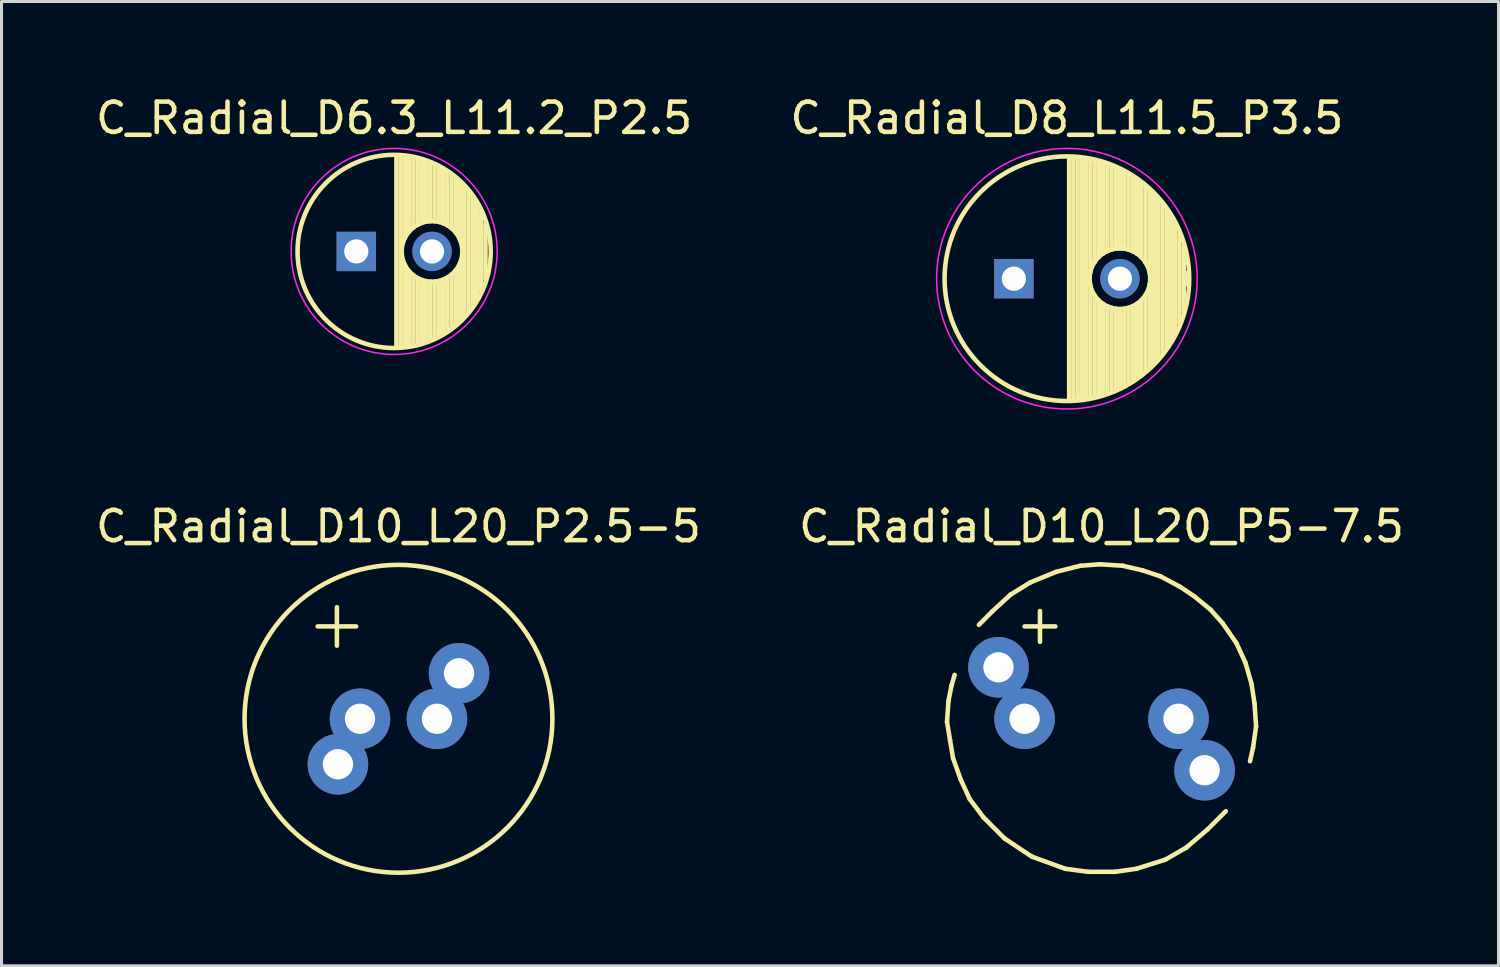
<source format=kicad_pcb>
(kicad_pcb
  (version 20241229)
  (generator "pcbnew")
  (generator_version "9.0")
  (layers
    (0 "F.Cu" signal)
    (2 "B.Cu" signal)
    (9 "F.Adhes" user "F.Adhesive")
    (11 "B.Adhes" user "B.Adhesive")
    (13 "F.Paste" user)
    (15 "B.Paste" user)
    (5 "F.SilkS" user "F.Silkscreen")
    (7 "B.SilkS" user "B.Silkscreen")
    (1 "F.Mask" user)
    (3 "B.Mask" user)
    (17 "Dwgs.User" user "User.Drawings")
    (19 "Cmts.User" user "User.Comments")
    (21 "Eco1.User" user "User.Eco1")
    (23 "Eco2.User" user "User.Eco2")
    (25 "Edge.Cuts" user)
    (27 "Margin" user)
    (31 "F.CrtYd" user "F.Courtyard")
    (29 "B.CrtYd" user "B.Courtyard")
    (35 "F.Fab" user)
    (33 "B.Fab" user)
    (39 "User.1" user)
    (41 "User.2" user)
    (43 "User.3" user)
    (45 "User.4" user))
  (footprint "C_Radial_D8_L11.5_P3.5"
    (layer "F.Cu")
    (at 30.411 6.148)
    (property "Reference" "C_Radial_D8_L11.5_P3.5" (at 1.75 -5.3 0) (layer "F.SilkS") (effects (font (size 1 1) (thickness 0.15))))
    (attr through_hole)
    (fp_line (start 1.825 -3.999) (end 1.825 3.999) (stroke (width 0.15) (type solid)) (layer "F.SilkS"))
    (fp_line (start 1.965 -3.994) (end 1.965 3.994) (stroke (width 0.15) (type solid)) (layer "F.SilkS"))
    (fp_line (start 2.105 -3.984) (end 2.105 3.984) (stroke (width 0.15) (type solid)) (layer "F.SilkS"))
    (fp_line (start 2.245 -3.969) (end 2.245 3.969) (stroke (width 0.15) (type solid)) (layer "F.SilkS"))
    (fp_line (start 2.385 -3.949) (end 2.385 3.949) (stroke (width 0.15) (type solid)) (layer "F.SilkS"))
    (fp_line (start 2.525 -3.924) (end 2.525 -0.222) (stroke (width 0.15) (type solid)) (layer "F.SilkS"))
    (fp_line (start 2.525 0.222) (end 2.525 3.924) (stroke (width 0.15) (type solid)) (layer "F.SilkS"))
    (fp_line (start 2.665 -3.894) (end 2.665 -0.55) (stroke (width 0.15) (type solid)) (layer "F.SilkS"))
    (fp_line (start 2.665 0.55) (end 2.665 3.894) (stroke (width 0.15) (type solid)) (layer "F.SilkS"))
    (fp_line (start 2.805 -3.858) (end 2.805 -0.719) (stroke (width 0.15) (type solid)) (layer "F.SilkS"))
    (fp_line (start 2.805 0.719) (end 2.805 3.858) (stroke (width 0.15) (type solid)) (layer "F.SilkS"))
    (fp_line (start 2.945 -3.817) (end 2.945 -0.832) (stroke (width 0.15) (type solid)) (layer "F.SilkS"))
    (fp_line (start 2.945 0.832) (end 2.945 3.817) (stroke (width 0.15) (type solid)) (layer "F.SilkS"))
    (fp_line (start 3.085 -3.771) (end 3.085 -0.91) (stroke (width 0.15) (type solid)) (layer "F.SilkS"))
    (fp_line (start 3.085 0.91) (end 3.085 3.771) (stroke (width 0.15) (type solid)) (layer "F.SilkS"))
    (fp_line (start 3.225 -3.718) (end 3.225 -0.961) (stroke (width 0.15) (type solid)) (layer "F.SilkS"))
    (fp_line (start 3.225 0.961) (end 3.225 3.718) (stroke (width 0.15) (type solid)) (layer "F.SilkS"))
    (fp_line (start 3.365 -3.659) (end 3.365 -0.991) (stroke (width 0.15) (type solid)) (layer "F.SilkS"))
    (fp_line (start 3.365 0.991) (end 3.365 3.659) (stroke (width 0.15) (type solid)) (layer "F.SilkS"))
    (fp_line (start 3.505 -3.594) (end 3.505 -1) (stroke (width 0.15) (type solid)) (layer "F.SilkS"))
    (fp_line (start 3.505 1) (end 3.505 3.594) (stroke (width 0.15) (type solid)) (layer "F.SilkS"))
    (fp_line (start 3.645 -3.523) (end 3.645 -0.989) (stroke (width 0.15) (type solid)) (layer "F.SilkS"))
    (fp_line (start 3.645 0.989) (end 3.645 3.523) (stroke (width 0.15) (type solid)) (layer "F.SilkS"))
    (fp_line (start 3.785 -3.444) (end 3.785 -0.959) (stroke (width 0.15) (type solid)) (layer "F.SilkS"))
    (fp_line (start 3.785 0.959) (end 3.785 3.444) (stroke (width 0.15) (type solid)) (layer "F.SilkS"))
    (fp_line (start 3.925 -3.357) (end 3.925 -0.905) (stroke (width 0.15) (type solid)) (layer "F.SilkS"))
    (fp_line (start 3.925 0.905) (end 3.925 3.357) (stroke (width 0.15) (type solid)) (layer "F.SilkS"))
    (fp_line (start 4.065 -3.262) (end 4.065 -0.825) (stroke (width 0.15) (type solid)) (layer "F.SilkS"))
    (fp_line (start 4.065 0.825) (end 4.065 3.262) (stroke (width 0.15) (type solid)) (layer "F.SilkS"))
    (fp_line (start 4.205 -3.158) (end 4.205 -0.709) (stroke (width 0.15) (type solid)) (layer "F.SilkS"))
    (fp_line (start 4.205 0.709) (end 4.205 3.158) (stroke (width 0.15) (type solid)) (layer "F.SilkS"))
    (fp_line (start 4.345 -3.044) (end 4.345 -0.535) (stroke (width 0.15) (type solid)) (layer "F.SilkS"))
    (fp_line (start 4.345 0.535) (end 4.345 3.044) (stroke (width 0.15) (type solid)) (layer "F.SilkS"))
    (fp_line (start 4.485 -2.919) (end 4.485 -0.173) (stroke (width 0.15) (type solid)) (layer "F.SilkS"))
    (fp_line (start 4.485 0.173) (end 4.485 2.919) (stroke (width 0.15) (type solid)) (layer "F.SilkS"))
    (fp_line (start 4.625 -2.781) (end 4.625 2.781) (stroke (width 0.15) (type solid)) (layer "F.SilkS"))
    (fp_line (start 4.765 -2.629) (end 4.765 2.629) (stroke (width 0.15) (type solid)) (layer "F.SilkS"))
    (fp_line (start 4.905 -2.459) (end 4.905 2.459) (stroke (width 0.15) (type solid)) (layer "F.SilkS"))
    (fp_line (start 5.045 -2.268) (end 5.045 2.268) (stroke (width 0.15) (type solid)) (layer "F.SilkS"))
    (fp_line (start 5.185 -2.05) (end 5.185 2.05) (stroke (width 0.15) (type solid)) (layer "F.SilkS"))
    (fp_line (start 5.325 -1.794) (end 5.325 1.794) (stroke (width 0.15) (type solid)) (layer "F.SilkS"))
    (fp_line (start 5.465 -1.483) (end 5.465 1.483) (stroke (width 0.15) (type solid)) (layer "F.SilkS"))
    (fp_line (start 5.605 -1.067) (end 5.605 1.067) (stroke (width 0.15) (type solid)) (layer "F.SilkS"))
    (fp_line (start 5.745 -0.2) (end 5.745 0.2) (stroke (width 0.15) (type solid)) (layer "F.SilkS"))
    (fp_circle (center 1.75 0) (end 1.75 -4.037) (stroke (width 0.15) (type solid)) (fill no) (layer "F.SilkS"))
    (fp_circle (center 3.5 0) (end 3.5 -1) (stroke (width 0.15) (type solid)) (fill no) (layer "F.SilkS"))
    (fp_circle (center 1.75 0) (end 1.75 -4.3) (stroke (width 0.05) (type solid)) (fill no) (layer "F.CrtYd"))
    (pad "1" thru_hole rect (at 0 0) (size 1.3 1.3) (drill 0.8) (layers "*.Cu" "*.Mask"))
    (pad "2" thru_hole circle (at 3.5 0) (size 1.3 1.3) (drill 0.8) (layers "*.Cu" "*.Mask")))
  (footprint "C_Radial_D10_L20_P5-7.5"
    (layer "F.Cu")
    (at 33.304 20.672)
    (property "Reference" "C_Radial_D10_L20_P5-7.5" (at 0 -6.35 0) (layer "F.SilkS") (effects (font (size 1 1) (thickness 0.15))))
    (attr through_hole)
    (fp_line (start -5.1 0.099) (end -5.001 0.701) (stroke (width 0.15) (type solid)) (layer "F.SilkS"))
    (fp_line (start -5.05 -0.599) (end -5.1 0.099) (stroke (width 0.15) (type solid)) (layer "F.SilkS"))
    (fp_line (start -5.001 0.701) (end -4.9 1.3) (stroke (width 0.15) (type solid)) (layer "F.SilkS"))
    (fp_line (start -4.95 -1.1) (end -5.05 -0.599) (stroke (width 0.15) (type solid)) (layer "F.SilkS"))
    (fp_line (start -4.9 1.3) (end -4.651 1.999) (stroke (width 0.15) (type solid)) (layer "F.SilkS"))
    (fp_line (start -4.849 -1.45) (end -4.95 -1.1) (stroke (width 0.15) (type solid)) (layer "F.SilkS"))
    (fp_line (start -4.651 1.999) (end -4.351 2.649) (stroke (width 0.15) (type solid)) (layer "F.SilkS"))
    (fp_line (start -4.351 2.649) (end -3.899 3.251) (stroke (width 0.15) (type solid)) (layer "F.SilkS"))
    (fp_line (start -3.899 3.251) (end -3.2 3.95) (stroke (width 0.15) (type solid)) (layer "F.SilkS"))
    (fp_line (start -3.599 -3.551) (end -4.049 -3.099) (stroke (width 0.15) (type solid)) (layer "F.SilkS"))
    (fp_line (start -3.2 3.95) (end -2.301 4.549) (stroke (width 0.15) (type solid)) (layer "F.SilkS"))
    (fp_line (start -3 -4.1) (end -3.599 -3.551) (stroke (width 0.15) (type solid)) (layer "F.SilkS"))
    (fp_line (start -2.54 -3.048) (end -1.524 -3.048) (stroke (width 0.15) (type solid)) (layer "F.SilkS"))
    (fp_line (start -2.349 -4.501) (end -3 -4.1) (stroke (width 0.15) (type solid)) (layer "F.SilkS"))
    (fp_line (start -2.301 4.549) (end -1.199 4.95) (stroke (width 0.15) (type solid)) (layer "F.SilkS"))
    (fp_line (start -2.032 -3.556) (end -2.032 -2.54) (stroke (width 0.15) (type solid)) (layer "F.SilkS"))
    (fp_line (start -1.501 -4.849) (end -2.349 -4.501) (stroke (width 0.15) (type solid)) (layer "F.SilkS"))
    (fp_line (start -1.199 4.95) (end -0.45 5.05) (stroke (width 0.15) (type solid)) (layer "F.SilkS"))
    (fp_line (start -0.701 -5.05) (end -1.501 -4.849) (stroke (width 0.15) (type solid)) (layer "F.SilkS"))
    (fp_line (start -0.45 5.05) (end 0.45 5.05) (stroke (width 0.15) (type solid)) (layer "F.SilkS"))
    (fp_line (start -0.051 -5.1) (end -0.701 -5.05) (stroke (width 0.15) (type solid)) (layer "F.SilkS"))
    (fp_line (start 0.45 5.05) (end 1.151 4.95) (stroke (width 0.15) (type solid)) (layer "F.SilkS"))
    (fp_line (start 0.701 -5.05) (end -0.051 -5.1) (stroke (width 0.15) (type solid)) (layer "F.SilkS"))
    (fp_line (start 1.151 4.95) (end 2.101 4.651) (stroke (width 0.15) (type solid)) (layer "F.SilkS"))
    (fp_line (start 1.349 -4.9) (end 0.701 -5.05) (stroke (width 0.15) (type solid)) (layer "F.SilkS"))
    (fp_line (start 1.951 -4.699) (end 1.349 -4.9) (stroke (width 0.15) (type solid)) (layer "F.SilkS"))
    (fp_line (start 2.101 4.651) (end 2.799 4.249) (stroke (width 0.15) (type solid)) (layer "F.SilkS"))
    (fp_line (start 2.601 -4.351) (end 1.951 -4.699) (stroke (width 0.15) (type solid)) (layer "F.SilkS"))
    (fp_line (start 2.799 4.249) (end 3.5 3.65) (stroke (width 0.15) (type solid)) (layer "F.SilkS"))
    (fp_line (start 3.051 -4.049) (end 2.601 -4.351) (stroke (width 0.15) (type solid)) (layer "F.SilkS"))
    (fp_line (start 3.5 3.65) (end 4.1 3.051) (stroke (width 0.15) (type solid)) (layer "F.SilkS"))
    (fp_line (start 3.599 -3.599) (end 3.051 -4.049) (stroke (width 0.15) (type solid)) (layer "F.SilkS"))
    (fp_line (start 4 -3.15) (end 3.599 -3.599) (stroke (width 0.15) (type solid)) (layer "F.SilkS"))
    (fp_line (start 4.45 -2.499) (end 4 -3.15) (stroke (width 0.15) (type solid)) (layer "F.SilkS"))
    (fp_line (start 4.75 -1.849) (end 4.45 -2.499) (stroke (width 0.15) (type solid)) (layer "F.SilkS"))
    (fp_line (start 4.9 1.4) (end 5.001 0.95) (stroke (width 0.15) (type solid)) (layer "F.SilkS"))
    (fp_line (start 4.95 -1.151) (end 4.75 -1.849) (stroke (width 0.15) (type solid)) (layer "F.SilkS"))
    (fp_line (start 5.001 0.95) (end 5.1 0.249) (stroke (width 0.15) (type solid)) (layer "F.SilkS"))
    (fp_line (start 5.05 -0.5) (end 4.95 -1.151) (stroke (width 0.15) (type solid)) (layer "F.SilkS"))
    (fp_line (start 5.1 0.249) (end 5.05 -0.5) (stroke (width 0.15) (type solid)) (layer "F.SilkS"))
    (pad "1" thru_hole circle (at -3.401 -1.699) (size 1.999 1.999) (drill 1.001) (layers "*.Cu" "*.Mask"))
    (pad "1" thru_hole circle (at -2.54 0) (size 1.999 1.999) (drill 1.001) (layers "*.Cu" "*.Mask"))
    (pad "2" thru_hole circle (at 2.54 0) (size 1.999 1.999) (drill 1.001) (layers "*.Cu" "*.Mask"))
    (pad "2" thru_hole circle (at 3.401 1.699) (size 1.999 1.999) (drill 1.001) (layers "*.Cu" "*.Mask")))
  (footprint "C_Radial_D10_L20_P2.5-5"
    (layer "F.Cu")
    (at 10.101 20.672)
    (property "Reference" "C_Radial_D10_L20_P2.5-5" (at 0 -6.35 0) (layer "F.SilkS") (effects (font (size 1 1) (thickness 0.15))))
    (attr through_hole)
    (fp_line (start -2.667 -3.048) (end -1.397 -3.048) (stroke (width 0.15) (type solid)) (layer "F.SilkS"))
    (fp_line (start -2.032 -3.683) (end -2.032 -2.413) (stroke (width 0.15) (type solid)) (layer "F.SilkS"))
    (fp_circle (center 0 0) (end 5.08 0) (stroke (width 0.15) (type solid)) (fill no) (layer "F.SilkS"))
    (pad "1" thru_hole circle (at -1.999 1.501) (size 1.999 1.999) (drill 1.001) (layers "*.Cu" "*.Mask"))
    (pad "1" thru_hole circle (at -1.27 0) (size 1.999 1.999) (drill 1.001) (layers "*.Cu" "*.Mask"))
    (pad "2" thru_hole circle (at 1.27 0) (size 1.999 1.999) (drill 1.001) (layers "*.Cu" "*.Mask"))
    (pad "2" thru_hole circle (at 1.999 -1.501) (size 1.999 1.999) (drill 1.001) (layers "*.Cu" "*.Mask")))
  (footprint "C_Radial_D6.3_L11.2_P2.5"
    (layer "F.Cu")
    (at 8.708 5.248)
    (property "Reference" "C_Radial_D6.3_L11.2_P2.5" (at 1.25 -4.4 0) (layer "F.SilkS") (effects (font (size 1 1) (thickness 0.15))))
    (attr through_hole)
    (fp_line (start 1.325 -3.149) (end 1.325 3.149) (stroke (width 0.15) (type solid)) (layer "F.SilkS"))
    (fp_line (start 1.465 -3.143) (end 1.465 3.143) (stroke (width 0.15) (type solid)) (layer "F.SilkS"))
    (fp_line (start 1.605 -3.13) (end 1.605 -0.446) (stroke (width 0.15) (type solid)) (layer "F.SilkS"))
    (fp_line (start 1.605 0.446) (end 1.605 3.13) (stroke (width 0.15) (type solid)) (layer "F.SilkS"))
    (fp_line (start 1.745 -3.111) (end 1.745 -0.656) (stroke (width 0.15) (type solid)) (layer "F.SilkS"))
    (fp_line (start 1.745 0.656) (end 1.745 3.111) (stroke (width 0.15) (type solid)) (layer "F.SilkS"))
    (fp_line (start 1.885 -3.085) (end 1.885 -0.789) (stroke (width 0.15) (type solid)) (layer "F.SilkS"))
    (fp_line (start 1.885 0.789) (end 1.885 3.085) (stroke (width 0.15) (type solid)) (layer "F.SilkS"))
    (fp_line (start 2.025 -3.053) (end 2.025 -0.88) (stroke (width 0.15) (type solid)) (layer "F.SilkS"))
    (fp_line (start 2.025 0.88) (end 2.025 3.053) (stroke (width 0.15) (type solid)) (layer "F.SilkS"))
    (fp_line (start 2.165 -3.014) (end 2.165 -0.942) (stroke (width 0.15) (type solid)) (layer "F.SilkS"))
    (fp_line (start 2.165 0.942) (end 2.165 3.014) (stroke (width 0.15) (type solid)) (layer "F.SilkS"))
    (fp_line (start 2.305 -2.968) (end 2.305 -0.981) (stroke (width 0.15) (type solid)) (layer "F.SilkS"))
    (fp_line (start 2.305 0.981) (end 2.305 2.968) (stroke (width 0.15) (type solid)) (layer "F.SilkS"))
    (fp_line (start 2.445 -2.915) (end 2.445 -0.998) (stroke (width 0.15) (type solid)) (layer "F.SilkS"))
    (fp_line (start 2.445 0.998) (end 2.445 2.915) (stroke (width 0.15) (type solid)) (layer "F.SilkS"))
    (fp_line (start 2.585 -2.853) (end 2.585 -0.996) (stroke (width 0.15) (type solid)) (layer "F.SilkS"))
    (fp_line (start 2.585 0.996) (end 2.585 2.853) (stroke (width 0.15) (type solid)) (layer "F.SilkS"))
    (fp_line (start 2.725 -2.783) (end 2.725 -0.974) (stroke (width 0.15) (type solid)) (layer "F.SilkS"))
    (fp_line (start 2.725 0.974) (end 2.725 2.783) (stroke (width 0.15) (type solid)) (layer "F.SilkS"))
    (fp_line (start 2.865 -2.704) (end 2.865 -0.931) (stroke (width 0.15) (type solid)) (layer "F.SilkS"))
    (fp_line (start 2.865 0.931) (end 2.865 2.704) (stroke (width 0.15) (type solid)) (layer "F.SilkS"))
    (fp_line (start 3.005 -2.616) (end 3.005 -0.863) (stroke (width 0.15) (type solid)) (layer "F.SilkS"))
    (fp_line (start 3.005 0.863) (end 3.005 2.616) (stroke (width 0.15) (type solid)) (layer "F.SilkS"))
    (fp_line (start 3.145 -2.516) (end 3.145 -0.764) (stroke (width 0.15) (type solid)) (layer "F.SilkS"))
    (fp_line (start 3.145 0.764) (end 3.145 2.516) (stroke (width 0.15) (type solid)) (layer "F.SilkS"))
    (fp_line (start 3.285 -2.404) (end 3.285 -0.619) (stroke (width 0.15) (type solid)) (layer "F.SilkS"))
    (fp_line (start 3.285 0.619) (end 3.285 2.404) (stroke (width 0.15) (type solid)) (layer "F.SilkS"))
    (fp_line (start 3.425 -2.279) (end 3.425 -0.38) (stroke (width 0.15) (type solid)) (layer "F.SilkS"))
    (fp_line (start 3.425 0.38) (end 3.425 2.279) (stroke (width 0.15) (type solid)) (layer "F.SilkS"))
    (fp_line (start 3.565 -2.136) (end 3.565 2.136) (stroke (width 0.15) (type solid)) (layer "F.SilkS"))
    (fp_line (start 3.705 -1.974) (end 3.705 1.974) (stroke (width 0.15) (type solid)) (layer "F.SilkS"))
    (fp_line (start 3.845 -1.786) (end 3.845 1.786) (stroke (width 0.15) (type solid)) (layer "F.SilkS"))
    (fp_line (start 3.985 -1.563) (end 3.985 1.563) (stroke (width 0.15) (type solid)) (layer "F.SilkS"))
    (fp_line (start 4.125 -1.287) (end 4.125 1.287) (stroke (width 0.15) (type solid)) (layer "F.SilkS"))
    (fp_line (start 4.265 -0.912) (end 4.265 0.912) (stroke (width 0.15) (type solid)) (layer "F.SilkS"))
    (fp_circle (center 1.25 0) (end 1.25 -3.188) (stroke (width 0.15) (type solid)) (fill no) (layer "F.SilkS"))
    (fp_circle (center 2.5 0) (end 2.5 -1) (stroke (width 0.15) (type solid)) (fill no) (layer "F.SilkS"))
    (fp_circle (center 1.25 0) (end 1.25 -3.4) (stroke (width 0.05) (type solid)) (fill no) (layer "F.CrtYd"))
    (pad "1" thru_hole rect (at 0 0) (size 1.3 1.3) (drill 0.8) (layers "*.Cu" "*.Mask"))
    (pad "2" thru_hole circle (at 2.5 0) (size 1.3 1.3) (drill 0.8) (layers "*.Cu" "*.Mask")))
  (gr_rect
    (start -3 -3)
    (end 46.405 28.826)
    (stroke (width 0.1) (type default))
    (fill no)
    (layer "Edge.Cuts")))
</source>
